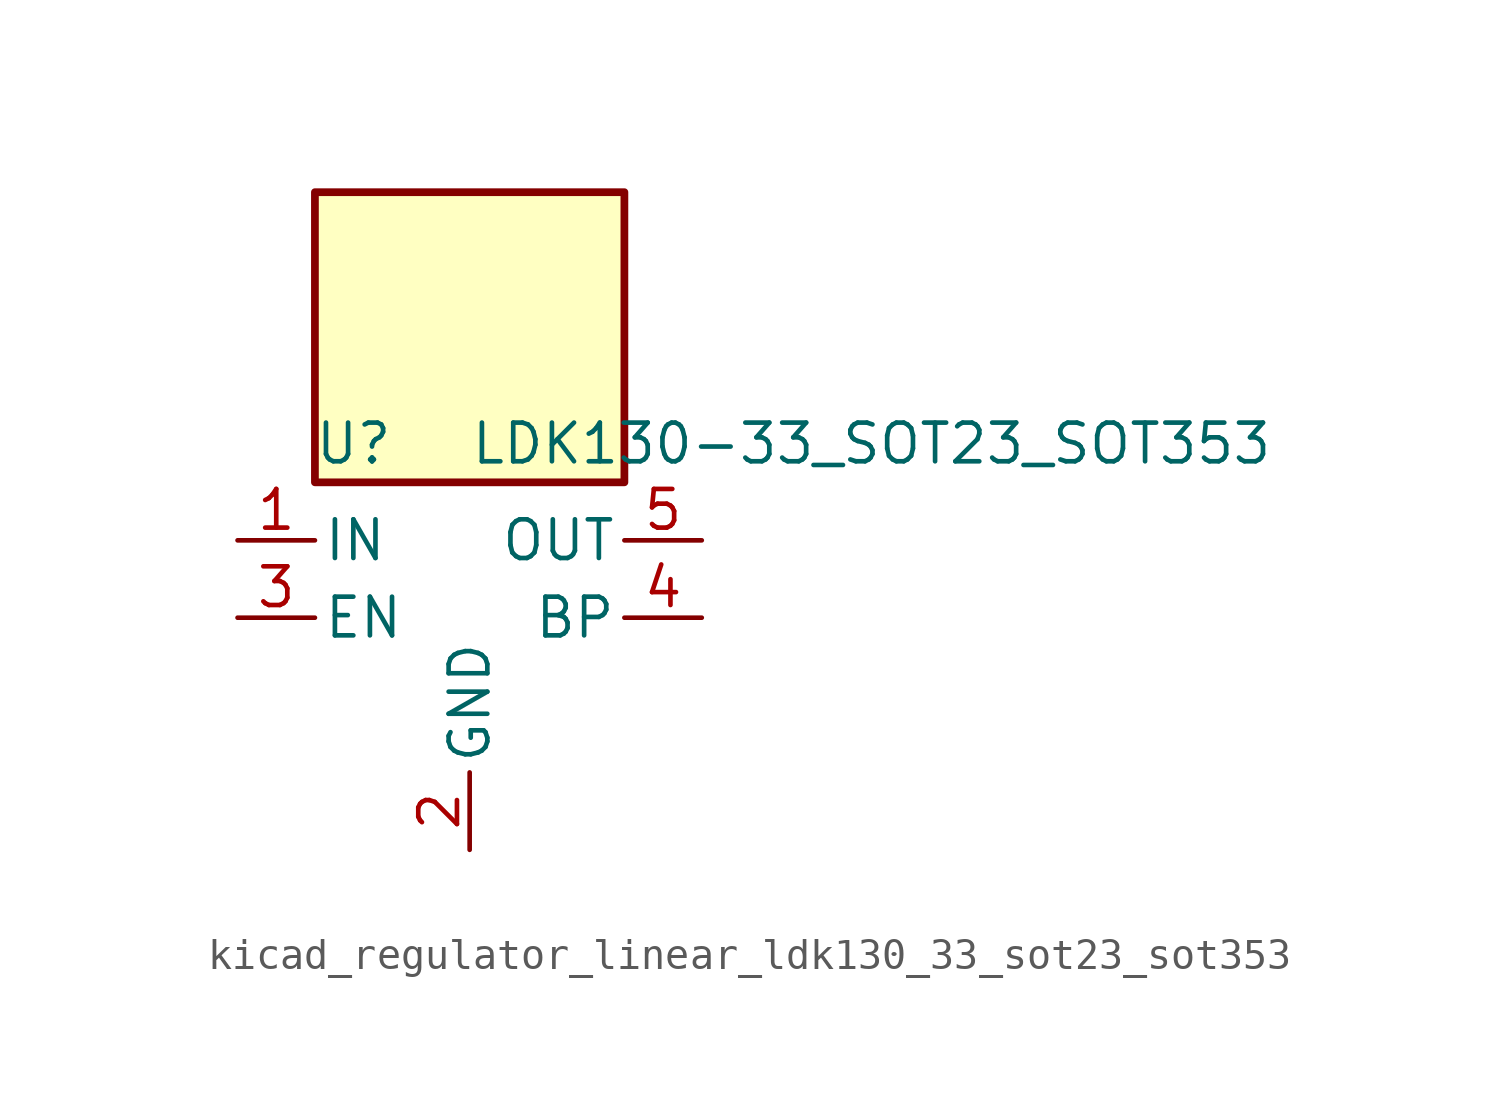
<source format=kicad_sym>
(kicad_symbol_lib
  (version 20220914)
  (generator kicad_symbol_editor)
  (symbol "kicad_regulator_linear_ldk130_33_sot23_sot353"
    (pin_names
      (offset 0.254))
    (property "Reference" "U"
      (at -3.81 5.715 0)
      (effects (font (size 1.27 1.27))))
    (property "Value" "LDK130-33_SOT23_SOT353"
      (at 0 5.715 0)
      (effects (font (size 1.27 1.27)) (justify left)))
    (symbol "kicad_regulator_linear_ldk130_33_sot23_sot353_0_1"
      (rectangle (start 5.08 13.97) (end -5.08 4.445) (stroke (width 0.254) (type default)) (fill (type background))))
    (symbol "kicad_regulator_linear_ldk130_33_sot23_sot353_1_1"
      (pin power_in line (at -7.62 2.54 0) (length 2.54) (name "IN" (effects (font (size 1.27 1.27)))) (number "1" (effects (font (size 1.27 1.27)))))
      (pin power_in line (at 0 -7.62 90) (length 2.54) (name "GND" (effects (font (size 1.27 1.27)))) (number "2" (effects (font (size 1.27 1.27)))))
      (pin input line (at -7.62 0 0) (length 2.54) (name "EN" (effects (font (size 1.27 1.27)))) (number "3" (effects (font (size 1.27 1.27)))))
      (pin passive line (at 7.62 0 180) (length 2.54) (name "BP" (effects (font (size 1.27 1.27)))) (number "4" (effects (font (size 1.27 1.27)))))
      (pin power_out line (at 7.62 2.54 180) (length 2.54) (name "OUT" (effects (font (size 1.27 1.27)))) (number "5" (effects (font (size 1.27 1.27))))))))
</source>
